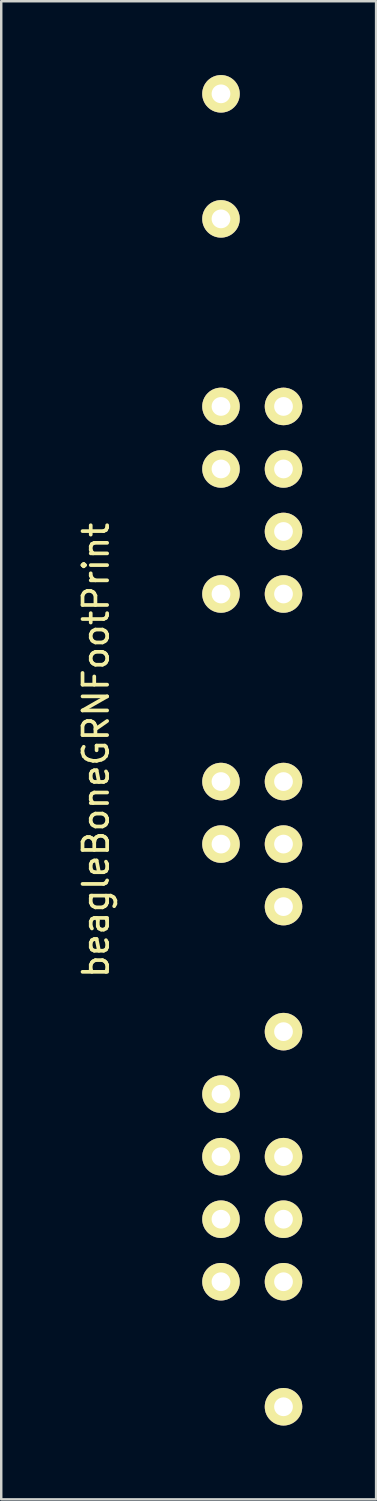
<source format=kicad_pcb>
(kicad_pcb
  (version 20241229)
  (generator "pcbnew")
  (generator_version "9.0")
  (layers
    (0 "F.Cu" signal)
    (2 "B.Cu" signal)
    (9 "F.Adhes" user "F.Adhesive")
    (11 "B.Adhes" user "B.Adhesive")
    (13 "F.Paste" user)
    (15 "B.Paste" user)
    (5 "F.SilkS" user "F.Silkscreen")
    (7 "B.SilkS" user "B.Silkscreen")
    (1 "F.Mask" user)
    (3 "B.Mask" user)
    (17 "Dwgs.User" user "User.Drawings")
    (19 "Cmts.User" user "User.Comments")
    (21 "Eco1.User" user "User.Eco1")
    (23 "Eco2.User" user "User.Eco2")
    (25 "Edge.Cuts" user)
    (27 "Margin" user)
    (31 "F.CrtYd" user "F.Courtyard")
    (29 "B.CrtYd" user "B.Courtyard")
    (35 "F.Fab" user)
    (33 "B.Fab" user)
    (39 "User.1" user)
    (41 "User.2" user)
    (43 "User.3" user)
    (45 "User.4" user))
  (footprint "beagleBoneGRNFootPrint"
    (layer "F.Cu")
    (at 8.468 5.842)
    (property "Reference" "beagleBoneGRNFootPrint" (at -7.62 21.59 90) (layer "F.SilkS") (effects (font (size 1 1) (thickness 0.15))))
    (attr through_hole)
    (pad "1" thru_hole circle (at -2.54 -5.08) (size 1.524 1.524) (drill 0.762) (layers "*.Cu" "*.Mask" "F.SilkS"))
    (pad "5" thru_hole circle (at -2.54 0) (size 1.524 1.524) (drill 0.762) (layers "*.Cu" "*.Mask" "F.SilkS"))
    (pad "11" thru_hole circle (at -2.54 7.62) (size 1.524 1.524) (drill 0.762) (layers "*.Cu" "*.Mask" "F.SilkS"))
    (pad "12" thru_hole circle (at 0 7.62) (size 1.524 1.524) (drill 0.762) (layers "*.Cu" "*.Mask" "F.SilkS"))
    (pad "13" thru_hole circle (at -2.54 10.16) (size 1.524 1.524) (drill 0.762) (layers "*.Cu" "*.Mask" "F.SilkS"))
    (pad "14" thru_hole circle (at 0 10.16) (size 1.524 1.524) (drill 0.762) (layers "*.Cu" "*.Mask" "F.SilkS"))
    (pad "16" thru_hole circle (at 0 12.7) (size 1.524 1.524) (drill 0.762) (layers "*.Cu" "*.Mask" "F.SilkS"))
    (pad "17" thru_hole circle (at -2.54 15.24) (size 1.524 1.524) (drill 0.762) (layers "*.Cu" "*.Mask" "F.SilkS"))
    (pad "18" thru_hole circle (at 0 15.24) (size 1.524 1.524) (drill 0.762) (layers "*.Cu" "*.Mask" "F.SilkS"))
    (pad "23" thru_hole circle (at -2.54 22.86) (size 1.524 1.524) (drill 0.762) (layers "*.Cu" "*.Mask" "F.SilkS"))
    (pad "24" thru_hole circle (at 0 22.86) (size 1.524 1.524) (drill 0.762) (layers "*.Cu" "*.Mask" "F.SilkS"))
    (pad "25" thru_hole circle (at -2.54 25.4) (size 1.524 1.524) (drill 0.762) (layers "*.Cu" "*.Mask" "F.SilkS"))
    (pad "26" thru_hole circle (at 0 25.4) (size 1.524 1.524) (drill 0.762) (layers "*.Cu" "*.Mask" "F.SilkS"))
    (pad "28" thru_hole circle (at 0 27.94) (size 1.524 1.524) (drill 0.762) (layers "*.Cu" "*.Mask" "F.SilkS"))
    (pad "32" thru_hole circle (at 0 33.02) (size 1.524 1.524) (drill 0.762) (layers "*.Cu" "*.Mask" "F.SilkS"))
    (pad "33" thru_hole circle (at -2.54 35.56) (size 1.524 1.524) (drill 0.762) (layers "*.Cu" "*.Mask" "F.SilkS"))
    (pad "35" thru_hole circle (at -2.54 38.1) (size 1.524 1.524) (drill 0.762) (layers "*.Cu" "*.Mask" "F.SilkS"))
    (pad "36" thru_hole circle (at 0 38.1) (size 1.524 1.524) (drill 0.762) (layers "*.Cu" "*.Mask" "F.SilkS"))
    (pad "37" thru_hole circle (at -2.54 40.64) (size 1.524 1.524) (drill 0.762) (layers "*.Cu" "*.Mask" "F.SilkS"))
    (pad "38" thru_hole circle (at 0 40.64) (size 1.524 1.524) (drill 0.762) (layers "*.Cu" "*.Mask" "F.SilkS"))
    (pad "39" thru_hole circle (at -2.54 43.18) (size 1.524 1.524) (drill 0.762) (layers "*.Cu" "*.Mask" "F.SilkS"))
    (pad "40" thru_hole circle (at 0 43.18) (size 1.524 1.524) (drill 0.762) (layers "*.Cu" "*.Mask" "F.SilkS"))
    (pad "44" thru_hole circle (at 0 48.26) (size 1.524 1.524) (drill 0.762) (layers "*.Cu" "*.Mask" "F.SilkS")))
  (gr_rect
    (start -3 -3)
    (end 12.23 57.864)
    (stroke (width 0.1) (type default))
    (fill no)
    (layer "Edge.Cuts")))
</source>
